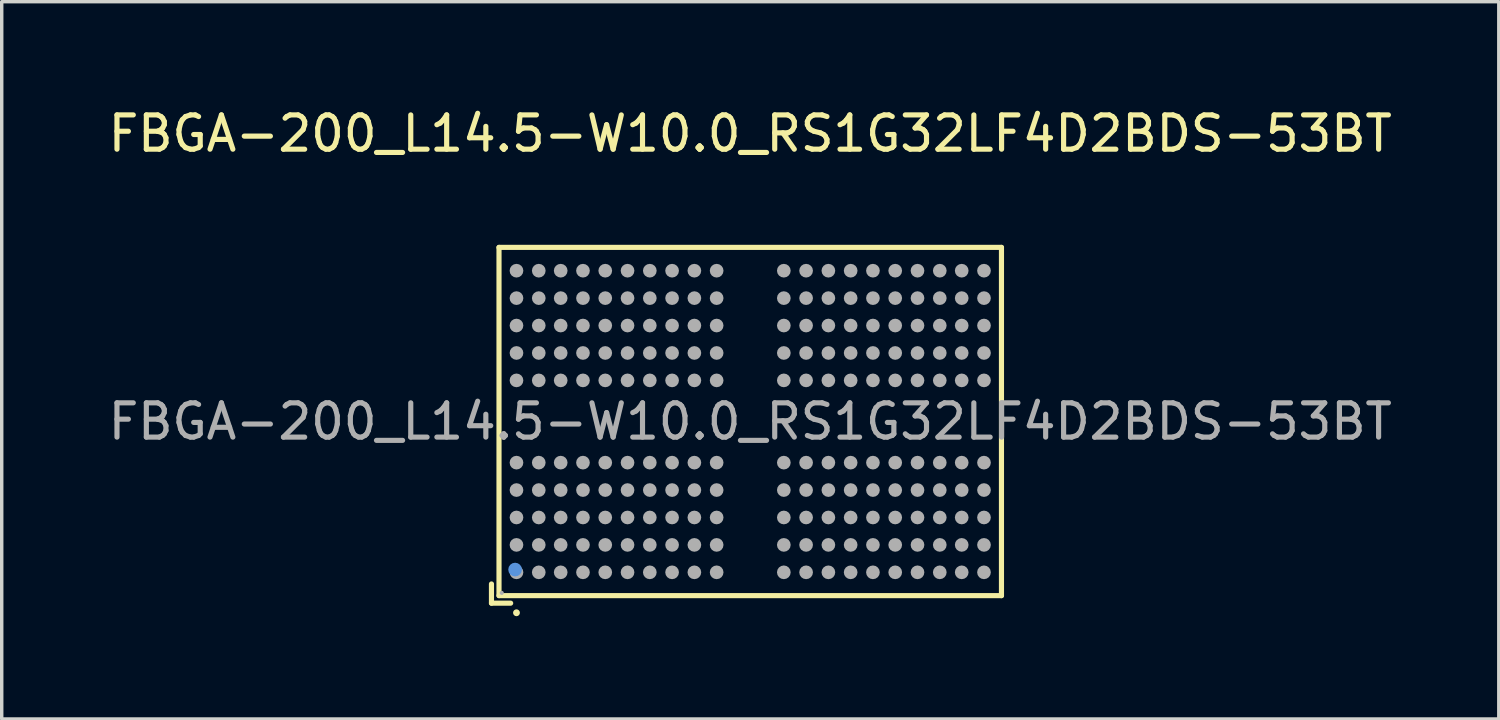
<source format=kicad_pcb>
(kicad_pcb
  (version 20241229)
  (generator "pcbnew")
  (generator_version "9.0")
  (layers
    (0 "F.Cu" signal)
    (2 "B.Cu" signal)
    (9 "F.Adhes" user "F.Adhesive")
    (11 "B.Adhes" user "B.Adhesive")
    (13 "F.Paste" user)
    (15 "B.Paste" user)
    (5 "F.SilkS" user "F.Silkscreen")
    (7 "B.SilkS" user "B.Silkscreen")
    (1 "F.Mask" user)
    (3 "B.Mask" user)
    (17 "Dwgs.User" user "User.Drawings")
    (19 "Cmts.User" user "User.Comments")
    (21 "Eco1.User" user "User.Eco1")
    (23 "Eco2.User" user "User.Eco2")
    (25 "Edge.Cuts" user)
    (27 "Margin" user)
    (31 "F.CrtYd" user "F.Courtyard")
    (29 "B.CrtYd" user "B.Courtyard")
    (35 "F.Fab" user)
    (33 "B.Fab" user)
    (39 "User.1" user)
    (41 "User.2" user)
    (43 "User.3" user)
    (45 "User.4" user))
  (footprint "FBGA-200_L14.5-W10.0_RS1G32LF4D2BDS-53BT"
    (layer "F.Cu")
    (at 18.839 9.248)
    (property "Reference" "FBGA-200_L14.5-W10.0_RS1G32LF4D2BDS-53BT" (at 0 -8.4 0) (layer "F.SilkS") (effects (font (size 1 1) (thickness 0.15))))
    (attr smd)
    (fp_line (start -7.55 4.74) (end -7.55 5.3) (stroke (width 0.15) (type solid)) (layer "F.SilkS"))
    (fp_line (start -7.55 5.3) (end -6.99 5.3) (stroke (width 0.15) (type solid)) (layer "F.SilkS"))
    (fp_line (start -7.33 -5.08) (end 7.33 -5.08) (stroke (width 0.15) (type solid)) (layer "F.SilkS"))
    (fp_line (start -7.33 5.08) (end -7.33 -5.08) (stroke (width 0.15) (type solid)) (layer "F.SilkS"))
    (fp_line (start 7.33 -5.08) (end 7.33 5.08) (stroke (width 0.15) (type solid)) (layer "F.SilkS"))
    (fp_line (start 7.33 5.08) (end -7.33 5.08) (stroke (width 0.15) (type solid)) (layer "F.SilkS"))
    (fp_circle (center -6.82 5.58) (end -6.77 5.58) (stroke (width 0.1) (type solid)) (fill no) (layer "F.SilkS"))
    (fp_circle (center -6.86 4.32) (end -6.76 4.32) (stroke (width 0.2) (type solid)) (fill no) (layer "Cmts.User"))
    (fp_circle (center -7.25 5) (end -7.22 5) (stroke (width 0.06) (type solid)) (fill no) (layer "F.Fab"))
    (fp_circle (center -6.82 -4.4) (end -6.72 -4.4) (stroke (width 0.2) (type solid)) (fill no) (layer "F.Fab"))
    (fp_circle (center -6.82 -3.6) (end -6.72 -3.6) (stroke (width 0.2) (type solid)) (fill no) (layer "F.Fab"))
    (fp_circle (center -6.82 -2.8) (end -6.72 -2.8) (stroke (width 0.2) (type solid)) (fill no) (layer "F.Fab"))
    (fp_circle (center -6.82 -2) (end -6.72 -2) (stroke (width 0.2) (type solid)) (fill no) (layer "F.Fab"))
    (fp_circle (center -6.82 -1.2) (end -6.72 -1.2) (stroke (width 0.2) (type solid)) (fill no) (layer "F.Fab"))
    (fp_circle (center -6.82 1.2) (end -6.72 1.2) (stroke (width 0.2) (type solid)) (fill no) (layer "F.Fab"))
    (fp_circle (center -6.82 2) (end -6.72 2) (stroke (width 0.2) (type solid)) (fill no) (layer "F.Fab"))
    (fp_circle (center -6.82 2.8) (end -6.72 2.8) (stroke (width 0.2) (type solid)) (fill no) (layer "F.Fab"))
    (fp_circle (center -6.82 3.6) (end -6.72 3.6) (stroke (width 0.2) (type solid)) (fill no) (layer "F.Fab"))
    (fp_circle (center -6.82 4.4) (end -6.72 4.4) (stroke (width 0.2) (type solid)) (fill no) (layer "F.Fab"))
    (fp_circle (center -6.17 -4.4) (end -6.07 -4.4) (stroke (width 0.2) (type solid)) (fill no) (layer "F.Fab"))
    (fp_circle (center -6.17 -3.6) (end -6.07 -3.6) (stroke (width 0.2) (type solid)) (fill no) (layer "F.Fab"))
    (fp_circle (center -6.17 -2.8) (end -6.07 -2.8) (stroke (width 0.2) (type solid)) (fill no) (layer "F.Fab"))
    (fp_circle (center -6.17 -2) (end -6.07 -2) (stroke (width 0.2) (type solid)) (fill no) (layer "F.Fab"))
    (fp_circle (center -6.17 -1.2) (end -6.07 -1.2) (stroke (width 0.2) (type solid)) (fill no) (layer "F.Fab"))
    (fp_circle (center -6.17 1.2) (end -6.07 1.2) (stroke (width 0.2) (type solid)) (fill no) (layer "F.Fab"))
    (fp_circle (center -6.17 2) (end -6.07 2) (stroke (width 0.2) (type solid)) (fill no) (layer "F.Fab"))
    (fp_circle (center -6.17 2.8) (end -6.07 2.8) (stroke (width 0.2) (type solid)) (fill no) (layer "F.Fab"))
    (fp_circle (center -6.17 3.6) (end -6.07 3.6) (stroke (width 0.2) (type solid)) (fill no) (layer "F.Fab"))
    (fp_circle (center -6.17 4.4) (end -6.07 4.4) (stroke (width 0.2) (type solid)) (fill no) (layer "F.Fab"))
    (fp_circle (center -5.53 -4.4) (end -5.43 -4.4) (stroke (width 0.2) (type solid)) (fill no) (layer "F.Fab"))
    (fp_circle (center -5.53 -3.6) (end -5.43 -3.6) (stroke (width 0.2) (type solid)) (fill no) (layer "F.Fab"))
    (fp_circle (center -5.53 -2.8) (end -5.43 -2.8) (stroke (width 0.2) (type solid)) (fill no) (layer "F.Fab"))
    (fp_circle (center -5.53 -2) (end -5.43 -2) (stroke (width 0.2) (type solid)) (fill no) (layer "F.Fab"))
    (fp_circle (center -5.53 -1.2) (end -5.43 -1.2) (stroke (width 0.2) (type solid)) (fill no) (layer "F.Fab"))
    (fp_circle (center -5.53 1.2) (end -5.43 1.2) (stroke (width 0.2) (type solid)) (fill no) (layer "F.Fab"))
    (fp_circle (center -5.53 2) (end -5.43 2) (stroke (width 0.2) (type solid)) (fill no) (layer "F.Fab"))
    (fp_circle (center -5.53 2.8) (end -5.43 2.8) (stroke (width 0.2) (type solid)) (fill no) (layer "F.Fab"))
    (fp_circle (center -5.53 3.6) (end -5.43 3.6) (stroke (width 0.2) (type solid)) (fill no) (layer "F.Fab"))
    (fp_circle (center -5.53 4.4) (end -5.43 4.4) (stroke (width 0.2) (type solid)) (fill no) (layer "F.Fab"))
    (fp_circle (center -4.88 -4.4) (end -4.78 -4.4) (stroke (width 0.2) (type solid)) (fill no) (layer "F.Fab"))
    (fp_circle (center -4.88 -3.6) (end -4.78 -3.6) (stroke (width 0.2) (type solid)) (fill no) (layer "F.Fab"))
    (fp_circle (center -4.88 -2.8) (end -4.78 -2.8) (stroke (width 0.2) (type solid)) (fill no) (layer "F.Fab"))
    (fp_circle (center -4.88 -2) (end -4.78 -2) (stroke (width 0.2) (type solid)) (fill no) (layer "F.Fab"))
    (fp_circle (center -4.88 -1.2) (end -4.78 -1.2) (stroke (width 0.2) (type solid)) (fill no) (layer "F.Fab"))
    (fp_circle (center -4.88 1.2) (end -4.78 1.2) (stroke (width 0.2) (type solid)) (fill no) (layer "F.Fab"))
    (fp_circle (center -4.88 2) (end -4.78 2) (stroke (width 0.2) (type solid)) (fill no) (layer "F.Fab"))
    (fp_circle (center -4.88 2.8) (end -4.78 2.8) (stroke (width 0.2) (type solid)) (fill no) (layer "F.Fab"))
    (fp_circle (center -4.88 3.6) (end -4.78 3.6) (stroke (width 0.2) (type solid)) (fill no) (layer "F.Fab"))
    (fp_circle (center -4.88 4.4) (end -4.78 4.4) (stroke (width 0.2) (type solid)) (fill no) (layer "F.Fab"))
    (fp_circle (center -4.23 -4.4) (end -4.13 -4.4) (stroke (width 0.2) (type solid)) (fill no) (layer "F.Fab"))
    (fp_circle (center -4.23 -3.6) (end -4.13 -3.6) (stroke (width 0.2) (type solid)) (fill no) (layer "F.Fab"))
    (fp_circle (center -4.23 -2.8) (end -4.13 -2.8) (stroke (width 0.2) (type solid)) (fill no) (layer "F.Fab"))
    (fp_circle (center -4.23 -2) (end -4.13 -2) (stroke (width 0.2) (type solid)) (fill no) (layer "F.Fab"))
    (fp_circle (center -4.23 -1.2) (end -4.13 -1.2) (stroke (width 0.2) (type solid)) (fill no) (layer "F.Fab"))
    (fp_circle (center -4.23 1.2) (end -4.13 1.2) (stroke (width 0.2) (type solid)) (fill no) (layer "F.Fab"))
    (fp_circle (center -4.23 2) (end -4.13 2) (stroke (width 0.2) (type solid)) (fill no) (layer "F.Fab"))
    (fp_circle (center -4.23 2.8) (end -4.13 2.8) (stroke (width 0.2) (type solid)) (fill no) (layer "F.Fab"))
    (fp_circle (center -4.23 3.6) (end -4.13 3.6) (stroke (width 0.2) (type solid)) (fill no) (layer "F.Fab"))
    (fp_circle (center -4.23 4.4) (end -4.13 4.4) (stroke (width 0.2) (type solid)) (fill no) (layer "F.Fab"))
    (fp_circle (center -3.58 -4.4) (end -3.48 -4.4) (stroke (width 0.2) (type solid)) (fill no) (layer "F.Fab"))
    (fp_circle (center -3.58 -3.6) (end -3.48 -3.6) (stroke (width 0.2) (type solid)) (fill no) (layer "F.Fab"))
    (fp_circle (center -3.58 -2.8) (end -3.48 -2.8) (stroke (width 0.2) (type solid)) (fill no) (layer "F.Fab"))
    (fp_circle (center -3.58 -2) (end -3.48 -2) (stroke (width 0.2) (type solid)) (fill no) (layer "F.Fab"))
    (fp_circle (center -3.58 -1.2) (end -3.48 -1.2) (stroke (width 0.2) (type solid)) (fill no) (layer "F.Fab"))
    (fp_circle (center -3.58 1.2) (end -3.48 1.2) (stroke (width 0.2) (type solid)) (fill no) (layer "F.Fab"))
    (fp_circle (center -3.58 2) (end -3.48 2) (stroke (width 0.2) (type solid)) (fill no) (layer "F.Fab"))
    (fp_circle (center -3.58 2.8) (end -3.48 2.8) (stroke (width 0.2) (type solid)) (fill no) (layer "F.Fab"))
    (fp_circle (center -3.58 3.6) (end -3.48 3.6) (stroke (width 0.2) (type solid)) (fill no) (layer "F.Fab"))
    (fp_circle (center -3.58 4.4) (end -3.48 4.4) (stroke (width 0.2) (type solid)) (fill no) (layer "F.Fab"))
    (fp_circle (center -2.93 -4.4) (end -2.83 -4.4) (stroke (width 0.2) (type solid)) (fill no) (layer "F.Fab"))
    (fp_circle (center -2.93 -3.6) (end -2.83 -3.6) (stroke (width 0.2) (type solid)) (fill no) (layer "F.Fab"))
    (fp_circle (center -2.93 -2.8) (end -2.83 -2.8) (stroke (width 0.2) (type solid)) (fill no) (layer "F.Fab"))
    (fp_circle (center -2.93 -2) (end -2.83 -2) (stroke (width 0.2) (type solid)) (fill no) (layer "F.Fab"))
    (fp_circle (center -2.93 -1.2) (end -2.83 -1.2) (stroke (width 0.2) (type solid)) (fill no) (layer "F.Fab"))
    (fp_circle (center -2.93 1.2) (end -2.83 1.2) (stroke (width 0.2) (type solid)) (fill no) (layer "F.Fab"))
    (fp_circle (center -2.93 2) (end -2.83 2) (stroke (width 0.2) (type solid)) (fill no) (layer "F.Fab"))
    (fp_circle (center -2.93 2.8) (end -2.83 2.8) (stroke (width 0.2) (type solid)) (fill no) (layer "F.Fab"))
    (fp_circle (center -2.93 3.6) (end -2.83 3.6) (stroke (width 0.2) (type solid)) (fill no) (layer "F.Fab"))
    (fp_circle (center -2.93 4.4) (end -2.83 4.4) (stroke (width 0.2) (type solid)) (fill no) (layer "F.Fab"))
    (fp_circle (center -2.28 -4.4) (end -2.18 -4.4) (stroke (width 0.2) (type solid)) (fill no) (layer "F.Fab"))
    (fp_circle (center -2.28 -3.6) (end -2.18 -3.6) (stroke (width 0.2) (type solid)) (fill no) (layer "F.Fab"))
    (fp_circle (center -2.28 -2.8) (end -2.18 -2.8) (stroke (width 0.2) (type solid)) (fill no) (layer "F.Fab"))
    (fp_circle (center -2.28 -2) (end -2.18 -2) (stroke (width 0.2) (type solid)) (fill no) (layer "F.Fab"))
    (fp_circle (center -2.28 -1.2) (end -2.18 -1.2) (stroke (width 0.2) (type solid)) (fill no) (layer "F.Fab"))
    (fp_circle (center -2.28 1.2) (end -2.18 1.2) (stroke (width 0.2) (type solid)) (fill no) (layer "F.Fab"))
    (fp_circle (center -2.28 2) (end -2.18 2) (stroke (width 0.2) (type solid)) (fill no) (layer "F.Fab"))
    (fp_circle (center -2.28 2.8) (end -2.18 2.8) (stroke (width 0.2) (type solid)) (fill no) (layer "F.Fab"))
    (fp_circle (center -2.28 3.6) (end -2.18 3.6) (stroke (width 0.2) (type solid)) (fill no) (layer "F.Fab"))
    (fp_circle (center -2.28 4.4) (end -2.18 4.4) (stroke (width 0.2) (type solid)) (fill no) (layer "F.Fab"))
    (fp_circle (center -1.63 -4.4) (end -1.53 -4.4) (stroke (width 0.2) (type solid)) (fill no) (layer "F.Fab"))
    (fp_circle (center -1.63 -3.6) (end -1.53 -3.6) (stroke (width 0.2) (type solid)) (fill no) (layer "F.Fab"))
    (fp_circle (center -1.63 -2.8) (end -1.53 -2.8) (stroke (width 0.2) (type solid)) (fill no) (layer "F.Fab"))
    (fp_circle (center -1.63 -2) (end -1.53 -2) (stroke (width 0.2) (type solid)) (fill no) (layer "F.Fab"))
    (fp_circle (center -1.63 -1.2) (end -1.53 -1.2) (stroke (width 0.2) (type solid)) (fill no) (layer "F.Fab"))
    (fp_circle (center -1.63 1.2) (end -1.53 1.2) (stroke (width 0.2) (type solid)) (fill no) (layer "F.Fab"))
    (fp_circle (center -1.63 2) (end -1.53 2) (stroke (width 0.2) (type solid)) (fill no) (layer "F.Fab"))
    (fp_circle (center -1.63 2.8) (end -1.53 2.8) (stroke (width 0.2) (type solid)) (fill no) (layer "F.Fab"))
    (fp_circle (center -1.63 3.6) (end -1.53 3.6) (stroke (width 0.2) (type solid)) (fill no) (layer "F.Fab"))
    (fp_circle (center -1.63 4.4) (end -1.53 4.4) (stroke (width 0.2) (type solid)) (fill no) (layer "F.Fab"))
    (fp_circle (center -0.98 -4.4) (end -0.88 -4.4) (stroke (width 0.2) (type solid)) (fill no) (layer "F.Fab"))
    (fp_circle (center -0.98 -3.6) (end -0.88 -3.6) (stroke (width 0.2) (type solid)) (fill no) (layer "F.Fab"))
    (fp_circle (center -0.98 -2.8) (end -0.88 -2.8) (stroke (width 0.2) (type solid)) (fill no) (layer "F.Fab"))
    (fp_circle (center -0.98 -2) (end -0.88 -2) (stroke (width 0.2) (type solid)) (fill no) (layer "F.Fab"))
    (fp_circle (center -0.98 -1.2) (end -0.88 -1.2) (stroke (width 0.2) (type solid)) (fill no) (layer "F.Fab"))
    (fp_circle (center -0.98 1.2) (end -0.88 1.2) (stroke (width 0.2) (type solid)) (fill no) (layer "F.Fab"))
    (fp_circle (center -0.98 2) (end -0.88 2) (stroke (width 0.2) (type solid)) (fill no) (layer "F.Fab"))
    (fp_circle (center -0.98 2.8) (end -0.88 2.8) (stroke (width 0.2) (type solid)) (fill no) (layer "F.Fab"))
    (fp_circle (center -0.98 3.6) (end -0.88 3.6) (stroke (width 0.2) (type solid)) (fill no) (layer "F.Fab"))
    (fp_circle (center -0.98 4.4) (end -0.88 4.4) (stroke (width 0.2) (type solid)) (fill no) (layer "F.Fab"))
    (fp_circle (center 0.98 -4.4) (end 1.08 -4.4) (stroke (width 0.2) (type solid)) (fill no) (layer "F.Fab"))
    (fp_circle (center 0.98 -3.6) (end 1.08 -3.6) (stroke (width 0.2) (type solid)) (fill no) (layer "F.Fab"))
    (fp_circle (center 0.98 -2.8) (end 1.08 -2.8) (stroke (width 0.2) (type solid)) (fill no) (layer "F.Fab"))
    (fp_circle (center 0.98 -2) (end 1.08 -2) (stroke (width 0.2) (type solid)) (fill no) (layer "F.Fab"))
    (fp_circle (center 0.98 -1.2) (end 1.08 -1.2) (stroke (width 0.2) (type solid)) (fill no) (layer "F.Fab"))
    (fp_circle (center 0.98 1.2) (end 1.08 1.2) (stroke (width 0.2) (type solid)) (fill no) (layer "F.Fab"))
    (fp_circle (center 0.98 2) (end 1.08 2) (stroke (width 0.2) (type solid)) (fill no) (layer "F.Fab"))
    (fp_circle (center 0.98 2.8) (end 1.08 2.8) (stroke (width 0.2) (type solid)) (fill no) (layer "F.Fab"))
    (fp_circle (center 0.98 3.6) (end 1.08 3.6) (stroke (width 0.2) (type solid)) (fill no) (layer "F.Fab"))
    (fp_circle (center 0.98 4.4) (end 1.08 4.4) (stroke (width 0.2) (type solid)) (fill no) (layer "F.Fab"))
    (fp_circle (center 1.63 -4.4) (end 1.73 -4.4) (stroke (width 0.2) (type solid)) (fill no) (layer "F.Fab"))
    (fp_circle (center 1.63 -3.6) (end 1.73 -3.6) (stroke (width 0.2) (type solid)) (fill no) (layer "F.Fab"))
    (fp_circle (center 1.63 -2.8) (end 1.73 -2.8) (stroke (width 0.2) (type solid)) (fill no) (layer "F.Fab"))
    (fp_circle (center 1.63 -2) (end 1.73 -2) (stroke (width 0.2) (type solid)) (fill no) (layer "F.Fab"))
    (fp_circle (center 1.63 -1.2) (end 1.73 -1.2) (stroke (width 0.2) (type solid)) (fill no) (layer "F.Fab"))
    (fp_circle (center 1.63 1.2) (end 1.73 1.2) (stroke (width 0.2) (type solid)) (fill no) (layer "F.Fab"))
    (fp_circle (center 1.63 2) (end 1.73 2) (stroke (width 0.2) (type solid)) (fill no) (layer "F.Fab"))
    (fp_circle (center 1.63 2.8) (end 1.73 2.8) (stroke (width 0.2) (type solid)) (fill no) (layer "F.Fab"))
    (fp_circle (center 1.63 3.6) (end 1.73 3.6) (stroke (width 0.2) (type solid)) (fill no) (layer "F.Fab"))
    (fp_circle (center 1.63 4.4) (end 1.73 4.4) (stroke (width 0.2) (type solid)) (fill no) (layer "F.Fab"))
    (fp_circle (center 2.28 -4.4) (end 2.38 -4.4) (stroke (width 0.2) (type solid)) (fill no) (layer "F.Fab"))
    (fp_circle (center 2.28 -3.6) (end 2.38 -3.6) (stroke (width 0.2) (type solid)) (fill no) (layer "F.Fab"))
    (fp_circle (center 2.28 -2.8) (end 2.38 -2.8) (stroke (width 0.2) (type solid)) (fill no) (layer "F.Fab"))
    (fp_circle (center 2.28 -2) (end 2.38 -2) (stroke (width 0.2) (type solid)) (fill no) (layer "F.Fab"))
    (fp_circle (center 2.28 -1.2) (end 2.38 -1.2) (stroke (width 0.2) (type solid)) (fill no) (layer "F.Fab"))
    (fp_circle (center 2.28 1.2) (end 2.38 1.2) (stroke (width 0.2) (type solid)) (fill no) (layer "F.Fab"))
    (fp_circle (center 2.28 2) (end 2.38 2) (stroke (width 0.2) (type solid)) (fill no) (layer "F.Fab"))
    (fp_circle (center 2.28 2.8) (end 2.38 2.8) (stroke (width 0.2) (type solid)) (fill no) (layer "F.Fab"))
    (fp_circle (center 2.28 3.6) (end 2.38 3.6) (stroke (width 0.2) (type solid)) (fill no) (layer "F.Fab"))
    (fp_circle (center 2.28 4.4) (end 2.38 4.4) (stroke (width 0.2) (type solid)) (fill no) (layer "F.Fab"))
    (fp_circle (center 2.93 -4.4) (end 3.03 -4.4) (stroke (width 0.2) (type solid)) (fill no) (layer "F.Fab"))
    (fp_circle (center 2.93 -3.6) (end 3.03 -3.6) (stroke (width 0.2) (type solid)) (fill no) (layer "F.Fab"))
    (fp_circle (center 2.93 -2.8) (end 3.03 -2.8) (stroke (width 0.2) (type solid)) (fill no) (layer "F.Fab"))
    (fp_circle (center 2.93 -2) (end 3.03 -2) (stroke (width 0.2) (type solid)) (fill no) (layer "F.Fab"))
    (fp_circle (center 2.93 -1.2) (end 3.03 -1.2) (stroke (width 0.2) (type solid)) (fill no) (layer "F.Fab"))
    (fp_circle (center 2.93 1.2) (end 3.03 1.2) (stroke (width 0.2) (type solid)) (fill no) (layer "F.Fab"))
    (fp_circle (center 2.93 2) (end 3.03 2) (stroke (width 0.2) (type solid)) (fill no) (layer "F.Fab"))
    (fp_circle (center 2.93 2.8) (end 3.03 2.8) (stroke (width 0.2) (type solid)) (fill no) (layer "F.Fab"))
    (fp_circle (center 2.93 3.6) (end 3.03 3.6) (stroke (width 0.2) (type solid)) (fill no) (layer "F.Fab"))
    (fp_circle (center 2.93 4.4) (end 3.03 4.4) (stroke (width 0.2) (type solid)) (fill no) (layer "F.Fab"))
    (fp_circle (center 3.58 -4.4) (end 3.68 -4.4) (stroke (width 0.2) (type solid)) (fill no) (layer "F.Fab"))
    (fp_circle (center 3.58 -3.6) (end 3.68 -3.6) (stroke (width 0.2) (type solid)) (fill no) (layer "F.Fab"))
    (fp_circle (center 3.58 -2.8) (end 3.68 -2.8) (stroke (width 0.2) (type solid)) (fill no) (layer "F.Fab"))
    (fp_circle (center 3.58 -2) (end 3.68 -2) (stroke (width 0.2) (type solid)) (fill no) (layer "F.Fab"))
    (fp_circle (center 3.58 -1.2) (end 3.68 -1.2) (stroke (width 0.2) (type solid)) (fill no) (layer "F.Fab"))
    (fp_circle (center 3.58 1.2) (end 3.68 1.2) (stroke (width 0.2) (type solid)) (fill no) (layer "F.Fab"))
    (fp_circle (center 3.58 2) (end 3.68 2) (stroke (width 0.2) (type solid)) (fill no) (layer "F.Fab"))
    (fp_circle (center 3.58 2.8) (end 3.68 2.8) (stroke (width 0.2) (type solid)) (fill no) (layer "F.Fab"))
    (fp_circle (center 3.58 3.6) (end 3.68 3.6) (stroke (width 0.2) (type solid)) (fill no) (layer "F.Fab"))
    (fp_circle (center 3.58 4.4) (end 3.68 4.4) (stroke (width 0.2) (type solid)) (fill no) (layer "F.Fab"))
    (fp_circle (center 4.23 -4.4) (end 4.33 -4.4) (stroke (width 0.2) (type solid)) (fill no) (layer "F.Fab"))
    (fp_circle (center 4.23 -3.6) (end 4.33 -3.6) (stroke (width 0.2) (type solid)) (fill no) (layer "F.Fab"))
    (fp_circle (center 4.23 -2.8) (end 4.33 -2.8) (stroke (width 0.2) (type solid)) (fill no) (layer "F.Fab"))
    (fp_circle (center 4.23 -2) (end 4.33 -2) (stroke (width 0.2) (type solid)) (fill no) (layer "F.Fab"))
    (fp_circle (center 4.23 -1.2) (end 4.33 -1.2) (stroke (width 0.2) (type solid)) (fill no) (layer "F.Fab"))
    (fp_circle (center 4.23 1.2) (end 4.33 1.2) (stroke (width 0.2) (type solid)) (fill no) (layer "F.Fab"))
    (fp_circle (center 4.23 2) (end 4.33 2) (stroke (width 0.2) (type solid)) (fill no) (layer "F.Fab"))
    (fp_circle (center 4.23 2.8) (end 4.33 2.8) (stroke (width 0.2) (type solid)) (fill no) (layer "F.Fab"))
    (fp_circle (center 4.23 3.6) (end 4.33 3.6) (stroke (width 0.2) (type solid)) (fill no) (layer "F.Fab"))
    (fp_circle (center 4.23 4.4) (end 4.33 4.4) (stroke (width 0.2) (type solid)) (fill no) (layer "F.Fab"))
    (fp_circle (center 4.88 -4.4) (end 4.98 -4.4) (stroke (width 0.2) (type solid)) (fill no) (layer "F.Fab"))
    (fp_circle (center 4.88 -3.6) (end 4.98 -3.6) (stroke (width 0.2) (type solid)) (fill no) (layer "F.Fab"))
    (fp_circle (center 4.88 -2.8) (end 4.98 -2.8) (stroke (width 0.2) (type solid)) (fill no) (layer "F.Fab"))
    (fp_circle (center 4.88 -2) (end 4.98 -2) (stroke (width 0.2) (type solid)) (fill no) (layer "F.Fab"))
    (fp_circle (center 4.88 -1.2) (end 4.98 -1.2) (stroke (width 0.2) (type solid)) (fill no) (layer "F.Fab"))
    (fp_circle (center 4.88 1.2) (end 4.98 1.2) (stroke (width 0.2) (type solid)) (fill no) (layer "F.Fab"))
    (fp_circle (center 4.88 2) (end 4.98 2) (stroke (width 0.2) (type solid)) (fill no) (layer "F.Fab"))
    (fp_circle (center 4.88 2.8) (end 4.98 2.8) (stroke (width 0.2) (type solid)) (fill no) (layer "F.Fab"))
    (fp_circle (center 4.88 3.6) (end 4.98 3.6) (stroke (width 0.2) (type solid)) (fill no) (layer "F.Fab"))
    (fp_circle (center 4.88 4.4) (end 4.98 4.4) (stroke (width 0.2) (type solid)) (fill no) (layer "F.Fab"))
    (fp_circle (center 5.53 -4.4) (end 5.63 -4.4) (stroke (width 0.2) (type solid)) (fill no) (layer "F.Fab"))
    (fp_circle (center 5.53 -3.6) (end 5.63 -3.6) (stroke (width 0.2) (type solid)) (fill no) (layer "F.Fab"))
    (fp_circle (center 5.53 -2.8) (end 5.63 -2.8) (stroke (width 0.2) (type solid)) (fill no) (layer "F.Fab"))
    (fp_circle (center 5.53 -2) (end 5.63 -2) (stroke (width 0.2) (type solid)) (fill no) (layer "F.Fab"))
    (fp_circle (center 5.53 -1.2) (end 5.63 -1.2) (stroke (width 0.2) (type solid)) (fill no) (layer "F.Fab"))
    (fp_circle (center 5.53 1.2) (end 5.63 1.2) (stroke (width 0.2) (type solid)) (fill no) (layer "F.Fab"))
    (fp_circle (center 5.53 2) (end 5.63 2) (stroke (width 0.2) (type solid)) (fill no) (layer "F.Fab"))
    (fp_circle (center 5.53 2.8) (end 5.63 2.8) (stroke (width 0.2) (type solid)) (fill no) (layer "F.Fab"))
    (fp_circle (center 5.53 3.6) (end 5.63 3.6) (stroke (width 0.2) (type solid)) (fill no) (layer "F.Fab"))
    (fp_circle (center 5.53 4.4) (end 5.63 4.4) (stroke (width 0.2) (type solid)) (fill no) (layer "F.Fab"))
    (fp_circle (center 6.17 -4.4) (end 6.27 -4.4) (stroke (width 0.2) (type solid)) (fill no) (layer "F.Fab"))
    (fp_circle (center 6.17 -3.6) (end 6.27 -3.6) (stroke (width 0.2) (type solid)) (fill no) (layer "F.Fab"))
    (fp_circle (center 6.17 -2.8) (end 6.27 -2.8) (stroke (width 0.2) (type solid)) (fill no) (layer "F.Fab"))
    (fp_circle (center 6.17 -2) (end 6.27 -2) (stroke (width 0.2) (type solid)) (fill no) (layer "F.Fab"))
    (fp_circle (center 6.17 -1.2) (end 6.27 -1.2) (stroke (width 0.2) (type solid)) (fill no) (layer "F.Fab"))
    (fp_circle (center 6.17 1.2) (end 6.27 1.2) (stroke (width 0.2) (type solid)) (fill no) (layer "F.Fab"))
    (fp_circle (center 6.17 2) (end 6.27 2) (stroke (width 0.2) (type solid)) (fill no) (layer "F.Fab"))
    (fp_circle (center 6.17 2.8) (end 6.27 2.8) (stroke (width 0.2) (type solid)) (fill no) (layer "F.Fab"))
    (fp_circle (center 6.17 3.6) (end 6.27 3.6) (stroke (width 0.2) (type solid)) (fill no) (layer "F.Fab"))
    (fp_circle (center 6.17 4.4) (end 6.27 4.4) (stroke (width 0.2) (type solid)) (fill no) (layer "F.Fab"))
    (fp_circle (center 6.82 -4.4) (end 6.92 -4.4) (stroke (width 0.2) (type solid)) (fill no) (layer "F.Fab"))
    (fp_circle (center 6.82 -3.6) (end 6.92 -3.6) (stroke (width 0.2) (type solid)) (fill no) (layer "F.Fab"))
    (fp_circle (center 6.82 -2.8) (end 6.92 -2.8) (stroke (width 0.2) (type solid)) (fill no) (layer "F.Fab"))
    (fp_circle (center 6.82 -2) (end 6.92 -2) (stroke (width 0.2) (type solid)) (fill no) (layer "F.Fab"))
    (fp_circle (center 6.82 -1.2) (end 6.92 -1.2) (stroke (width 0.2) (type solid)) (fill no) (layer "F.Fab"))
    (fp_circle (center 6.82 1.2) (end 6.92 1.2) (stroke (width 0.2) (type solid)) (fill no) (layer "F.Fab"))
    (fp_circle (center 6.82 2) (end 6.92 2) (stroke (width 0.2) (type solid)) (fill no) (layer "F.Fab"))
    (fp_circle (center 6.82 2.8) (end 6.92 2.8) (stroke (width 0.2) (type solid)) (fill no) (layer "F.Fab"))
    (fp_circle (center 6.82 3.6) (end 6.92 3.6) (stroke (width 0.2) (type solid)) (fill no) (layer "F.Fab"))
    (fp_circle (center 6.82 4.4) (end 6.92 4.4) (stroke (width 0.2) (type solid)) (fill no) (layer "F.Fab"))
    (fp_text user "${REFERENCE}" (at 0 0 0) (layer "F.Fab") (effects (font (size 1 1) (thickness 0.15))))
    (pad "A1" smd circle (at -6.82 4.4) (size 0.32 0.32) (layers "F.Cu" "F.Mask" "F.Paste"))
    (pad "A2" smd circle (at -6.82 3.6) (size 0.32 0.32) (layers "F.Cu" "F.Mask" "F.Paste"))
    (pad "A3" smd circle (at -6.82 2.8) (size 0.32 0.32) (layers "F.Cu" "F.Mask" "F.Paste"))
    (pad "A4" smd circle (at -6.82 2) (size 0.32 0.32) (layers "F.Cu" "F.Mask" "F.Paste"))
    (pad "A5" smd circle (at -6.82 1.2) (size 0.32 0.32) (layers "F.Cu" "F.Mask" "F.Paste"))
    (pad "A8" smd circle (at -6.82 -1.2) (size 0.32 0.32) (layers "F.Cu" "F.Mask" "F.Paste"))
    (pad "A9" smd circle (at -6.82 -2) (size 0.32 0.32) (layers "F.Cu" "F.Mask" "F.Paste"))
    (pad "A10" smd circle (at -6.82 -2.8) (size 0.32 0.32) (layers "F.Cu" "F.Mask" "F.Paste"))
    (pad "A11" smd circle (at -6.82 -3.6) (size 0.32 0.32) (layers "F.Cu" "F.Mask" "F.Paste"))
    (pad "A12" smd circle (at -6.82 -4.4) (size 0.32 0.32) (layers "F.Cu" "F.Mask" "F.Paste"))
    (pad "AA1" smd circle (at 6.17 4.4) (size 0.32 0.32) (layers "F.Cu" "F.Mask" "F.Paste"))
    (pad "AA2" smd circle (at 6.17 3.6) (size 0.32 0.32) (layers "F.Cu" "F.Mask" "F.Paste"))
    (pad "AA3" smd circle (at 6.17 2.8) (size 0.32 0.32) (layers "F.Cu" "F.Mask" "F.Paste"))
    (pad "AA4" smd circle (at 6.17 2) (size 0.32 0.32) (layers "F.Cu" "F.Mask" "F.Paste"))
    (pad "AA5" smd circle (at 6.17 1.2) (size 0.32 0.32) (layers "F.Cu" "F.Mask" "F.Paste"))
    (pad "AA8" smd circle (at 6.17 -1.2) (size 0.32 0.32) (layers "F.Cu" "F.Mask" "F.Paste"))
    (pad "AA9" smd circle (at 6.17 -2) (size 0.32 0.32) (layers "F.Cu" "F.Mask" "F.Paste"))
    (pad "AA10" smd circle (at 6.17 -2.8) (size 0.32 0.32) (layers "F.Cu" "F.Mask" "F.Paste"))
    (pad "AA11" smd circle (at 6.17 -3.6) (size 0.32 0.32) (layers "F.Cu" "F.Mask" "F.Paste"))
    (pad "AA12" smd circle (at 6.17 -4.4) (size 0.32 0.32) (layers "F.Cu" "F.Mask" "F.Paste"))
    (pad "AB1" smd circle (at 6.82 4.4) (size 0.32 0.32) (layers "F.Cu" "F.Mask" "F.Paste"))
    (pad "AB2" smd circle (at 6.82 3.6) (size 0.32 0.32) (layers "F.Cu" "F.Mask" "F.Paste"))
    (pad "AB3" smd circle (at 6.82 2.8) (size 0.32 0.32) (layers "F.Cu" "F.Mask" "F.Paste"))
    (pad "AB4" smd circle (at 6.82 2) (size 0.32 0.32) (layers "F.Cu" "F.Mask" "F.Paste"))
    (pad "AB5" smd circle (at 6.82 1.2) (size 0.32 0.32) (layers "F.Cu" "F.Mask" "F.Paste"))
    (pad "AB8" smd circle (at 6.82 -1.2) (size 0.32 0.32) (layers "F.Cu" "F.Mask" "F.Paste"))
    (pad "AB9" smd circle (at 6.82 -2) (size 0.32 0.32) (layers "F.Cu" "F.Mask" "F.Paste"))
    (pad "AB10" smd circle (at 6.82 -2.8) (size 0.32 0.32) (layers "F.Cu" "F.Mask" "F.Paste"))
    (pad "AB11" smd circle (at 6.82 -3.6) (size 0.32 0.32) (layers "F.Cu" "F.Mask" "F.Paste"))
    (pad "AB12" smd circle (at 6.82 -4.4) (size 0.32 0.32) (layers "F.Cu" "F.Mask" "F.Paste"))
    (pad "B1" smd circle (at -6.17 4.4) (size 0.32 0.32) (layers "F.Cu" "F.Mask" "F.Paste"))
    (pad "B2" smd circle (at -6.17 3.6) (size 0.32 0.32) (layers "F.Cu" "F.Mask" "F.Paste"))
    (pad "B3" smd circle (at -6.17 2.8) (size 0.32 0.32) (layers "F.Cu" "F.Mask" "F.Paste"))
    (pad "B4" smd circle (at -6.17 2) (size 0.32 0.32) (layers "F.Cu" "F.Mask" "F.Paste"))
    (pad "B5" smd circle (at -6.17 1.2) (size 0.32 0.32) (layers "F.Cu" "F.Mask" "F.Paste"))
    (pad "B8" smd circle (at -6.17 -1.2) (size 0.32 0.32) (layers "F.Cu" "F.Mask" "F.Paste"))
    (pad "B9" smd circle (at -6.17 -2) (size 0.32 0.32) (layers "F.Cu" "F.Mask" "F.Paste"))
    (pad "B10" smd circle (at -6.17 -2.8) (size 0.32 0.32) (layers "F.Cu" "F.Mask" "F.Paste"))
    (pad "B11" smd circle (at -6.17 -3.6) (size 0.32 0.32) (layers "F.Cu" "F.Mask" "F.Paste"))
    (pad "B12" smd circle (at -6.17 -4.4) (size 0.32 0.32) (layers "F.Cu" "F.Mask" "F.Paste"))
    (pad "C1" smd circle (at -5.53 4.4) (size 0.32 0.32) (layers "F.Cu" "F.Mask" "F.Paste"))
    (pad "C2" smd circle (at -5.53 3.6) (size 0.32 0.32) (layers "F.Cu" "F.Mask" "F.Paste"))
    (pad "C3" smd circle (at -5.53 2.8) (size 0.32 0.32) (layers "F.Cu" "F.Mask" "F.Paste"))
    (pad "C4" smd circle (at -5.53 2) (size 0.32 0.32) (layers "F.Cu" "F.Mask" "F.Paste"))
    (pad "C5" smd circle (at -5.53 1.2) (size 0.32 0.32) (layers "F.Cu" "F.Mask" "F.Paste"))
    (pad "C8" smd circle (at -5.53 -1.2) (size 0.32 0.32) (layers "F.Cu" "F.Mask" "F.Paste"))
    (pad "C9" smd circle (at -5.53 -2) (size 0.32 0.32) (layers "F.Cu" "F.Mask" "F.Paste"))
    (pad "C10" smd circle (at -5.53 -2.8) (size 0.32 0.32) (layers "F.Cu" "F.Mask" "F.Paste"))
    (pad "C11" smd circle (at -5.53 -3.6) (size 0.32 0.32) (layers "F.Cu" "F.Mask" "F.Paste"))
    (pad "C12" smd circle (at -5.53 -4.4) (size 0.32 0.32) (layers "F.Cu" "F.Mask" "F.Paste"))
    (pad "D1" smd circle (at -4.88 4.4) (size 0.32 0.32) (layers "F.Cu" "F.Mask" "F.Paste"))
    (pad "D2" smd circle (at -4.88 3.6) (size 0.32 0.32) (layers "F.Cu" "F.Mask" "F.Paste"))
    (pad "D3" smd circle (at -4.88 2.8) (size 0.32 0.32) (layers "F.Cu" "F.Mask" "F.Paste"))
    (pad "D4" smd circle (at -4.88 2) (size 0.32 0.32) (layers "F.Cu" "F.Mask" "F.Paste"))
    (pad "D5" smd circle (at -4.88 1.2) (size 0.32 0.32) (layers "F.Cu" "F.Mask" "F.Paste"))
    (pad "D8" smd circle (at -4.88 -1.2) (size 0.32 0.32) (layers "F.Cu" "F.Mask" "F.Paste"))
    (pad "D9" smd circle (at -4.88 -2) (size 0.32 0.32) (layers "F.Cu" "F.Mask" "F.Paste"))
    (pad "D10" smd circle (at -4.88 -2.8) (size 0.32 0.32) (layers "F.Cu" "F.Mask" "F.Paste"))
    (pad "D11" smd circle (at -4.88 -3.6) (size 0.32 0.32) (layers "F.Cu" "F.Mask" "F.Paste"))
    (pad "D12" smd circle (at -4.88 -4.4) (size 0.32 0.32) (layers "F.Cu" "F.Mask" "F.Paste"))
    (pad "E1" smd circle (at -4.23 4.4) (size 0.32 0.32) (layers "F.Cu" "F.Mask" "F.Paste"))
    (pad "E2" smd circle (at -4.23 3.6) (size 0.32 0.32) (layers "F.Cu" "F.Mask" "F.Paste"))
    (pad "E3" smd circle (at -4.23 2.8) (size 0.32 0.32) (layers "F.Cu" "F.Mask" "F.Paste"))
    (pad "E4" smd circle (at -4.23 2) (size 0.32 0.32) (layers "F.Cu" "F.Mask" "F.Paste"))
    (pad "E5" smd circle (at -4.23 1.2) (size 0.32 0.32) (layers "F.Cu" "F.Mask" "F.Paste"))
    (pad "E8" smd circle (at -4.23 -1.2) (size 0.32 0.32) (layers "F.Cu" "F.Mask" "F.Paste"))
    (pad "E9" smd circle (at -4.23 -2) (size 0.32 0.32) (layers "F.Cu" "F.Mask" "F.Paste"))
    (pad "E10" smd circle (at -4.23 -2.8) (size 0.32 0.32) (layers "F.Cu" "F.Mask" "F.Paste"))
    (pad "E11" smd circle (at -4.23 -3.6) (size 0.32 0.32) (layers "F.Cu" "F.Mask" "F.Paste"))
    (pad "E12" smd circle (at -4.23 -4.4) (size 0.32 0.32) (layers "F.Cu" "F.Mask" "F.Paste"))
    (pad "F1" smd circle (at -3.58 4.4) (size 0.32 0.32) (layers "F.Cu" "F.Mask" "F.Paste"))
    (pad "F2" smd circle (at -3.58 3.6) (size 0.32 0.32) (layers "F.Cu" "F.Mask" "F.Paste"))
    (pad "F3" smd circle (at -3.58 2.8) (size 0.32 0.32) (layers "F.Cu" "F.Mask" "F.Paste"))
    (pad "F4" smd circle (at -3.58 2) (size 0.32 0.32) (layers "F.Cu" "F.Mask" "F.Paste"))
    (pad "F5" smd circle (at -3.58 1.2) (size 0.32 0.32) (layers "F.Cu" "F.Mask" "F.Paste"))
    (pad "F8" smd circle (at -3.58 -1.2) (size 0.32 0.32) (layers "F.Cu" "F.Mask" "F.Paste"))
    (pad "F9" smd circle (at -3.58 -2) (size 0.32 0.32) (layers "F.Cu" "F.Mask" "F.Paste"))
    (pad "F10" smd circle (at -3.58 -2.8) (size 0.32 0.32) (layers "F.Cu" "F.Mask" "F.Paste"))
    (pad "F11" smd circle (at -3.58 -3.6) (size 0.32 0.32) (layers "F.Cu" "F.Mask" "F.Paste"))
    (pad "F12" smd circle (at -3.58 -4.4) (size 0.32 0.32) (layers "F.Cu" "F.Mask" "F.Paste"))
    (pad "G1" smd circle (at -2.93 4.4) (size 0.32 0.32) (layers "F.Cu" "F.Mask" "F.Paste"))
    (pad "G2" smd circle (at -2.93 3.6) (size 0.32 0.32) (layers "F.Cu" "F.Mask" "F.Paste"))
    (pad "G3" smd circle (at -2.93 2.8) (size 0.32 0.32) (layers "F.Cu" "F.Mask" "F.Paste"))
    (pad "G4" smd circle (at -2.93 2) (size 0.32 0.32) (layers "F.Cu" "F.Mask" "F.Paste"))
    (pad "G5" smd circle (at -2.93 1.2) (size 0.32 0.32) (layers "F.Cu" "F.Mask" "F.Paste"))
    (pad "G8" smd circle (at -2.93 -1.2) (size 0.32 0.32) (layers "F.Cu" "F.Mask" "F.Paste"))
    (pad "G9" smd circle (at -2.93 -2) (size 0.32 0.32) (layers "F.Cu" "F.Mask" "F.Paste"))
    (pad "G10" smd circle (at -2.93 -2.8) (size 0.32 0.32) (layers "F.Cu" "F.Mask" "F.Paste"))
    (pad "G11" smd circle (at -2.93 -3.6) (size 0.32 0.32) (layers "F.Cu" "F.Mask" "F.Paste"))
    (pad "G12" smd circle (at -2.93 -4.4) (size 0.32 0.32) (layers "F.Cu" "F.Mask" "F.Paste"))
    (pad "H1" smd circle (at -2.28 4.4) (size 0.32 0.32) (layers "F.Cu" "F.Mask" "F.Paste"))
    (pad "H2" smd circle (at -2.28 3.6) (size 0.32 0.32) (layers "F.Cu" "F.Mask" "F.Paste"))
    (pad "H3" smd circle (at -2.28 2.8) (size 0.32 0.32) (layers "F.Cu" "F.Mask" "F.Paste"))
    (pad "H4" smd circle (at -2.28 2) (size 0.32 0.32) (layers "F.Cu" "F.Mask" "F.Paste"))
    (pad "H5" smd circle (at -2.28 1.2) (size 0.32 0.32) (layers "F.Cu" "F.Mask" "F.Paste"))
    (pad "H8" smd circle (at -2.28 -1.2) (size 0.32 0.32) (layers "F.Cu" "F.Mask" "F.Paste"))
    (pad "H9" smd circle (at -2.28 -2) (size 0.32 0.32) (layers "F.Cu" "F.Mask" "F.Paste"))
    (pad "H10" smd circle (at -2.28 -2.8) (size 0.32 0.32) (layers "F.Cu" "F.Mask" "F.Paste"))
    (pad "H11" smd circle (at -2.28 -3.6) (size 0.32 0.32) (layers "F.Cu" "F.Mask" "F.Paste"))
    (pad "H12" smd circle (at -2.28 -4.4) (size 0.32 0.32) (layers "F.Cu" "F.Mask" "F.Paste"))
    (pad "J1" smd circle (at -1.63 4.4) (size 0.32 0.32) (layers "F.Cu" "F.Mask" "F.Paste"))
    (pad "J2" smd circle (at -1.63 3.6) (size 0.32 0.32) (layers "F.Cu" "F.Mask" "F.Paste"))
    (pad "J3" smd circle (at -1.63 2.8) (size 0.32 0.32) (layers "F.Cu" "F.Mask" "F.Paste"))
    (pad "J4" smd circle (at -1.63 2) (size 0.32 0.32) (layers "F.Cu" "F.Mask" "F.Paste"))
    (pad "J5" smd circle (at -1.63 1.2) (size 0.32 0.32) (layers "F.Cu" "F.Mask" "F.Paste"))
    (pad "J8" smd circle (at -1.63 -1.2) (size 0.32 0.32) (layers "F.Cu" "F.Mask" "F.Paste"))
    (pad "J9" smd circle (at -1.63 -2) (size 0.32 0.32) (layers "F.Cu" "F.Mask" "F.Paste"))
    (pad "J10" smd circle (at -1.63 -2.8) (size 0.32 0.32) (layers "F.Cu" "F.Mask" "F.Paste"))
    (pad "J11" smd circle (at -1.63 -3.6) (size 0.32 0.32) (layers "F.Cu" "F.Mask" "F.Paste"))
    (pad "J12" smd circle (at -1.63 -4.4) (size 0.32 0.32) (layers "F.Cu" "F.Mask" "F.Paste"))
    (pad "K1" smd circle (at -0.98 4.4) (size 0.32 0.32) (layers "F.Cu" "F.Mask" "F.Paste"))
    (pad "K2" smd circle (at -0.98 3.6) (size 0.32 0.32) (layers "F.Cu" "F.Mask" "F.Paste"))
    (pad "K3" smd circle (at -0.98 2.8) (size 0.32 0.32) (layers "F.Cu" "F.Mask" "F.Paste"))
    (pad "K4" smd circle (at -0.98 2) (size 0.32 0.32) (layers "F.Cu" "F.Mask" "F.Paste"))
    (pad "K5" smd circle (at -0.98 1.2) (size 0.32 0.32) (layers "F.Cu" "F.Mask" "F.Paste"))
    (pad "K8" smd circle (at -0.98 -1.2) (size 0.32 0.32) (layers "F.Cu" "F.Mask" "F.Paste"))
    (pad "K9" smd circle (at -0.98 -2) (size 0.32 0.32) (layers "F.Cu" "F.Mask" "F.Paste"))
    (pad "K10" smd circle (at -0.98 -2.8) (size 0.32 0.32) (layers "F.Cu" "F.Mask" "F.Paste"))
    (pad "K11" smd circle (at -0.98 -3.6) (size 0.32 0.32) (layers "F.Cu" "F.Mask" "F.Paste"))
    (pad "K12" smd circle (at -0.98 -4.4) (size 0.32 0.32) (layers "F.Cu" "F.Mask" "F.Paste"))
    (pad "N1" smd circle (at 0.98 4.4) (size 0.32 0.32) (layers "F.Cu" "F.Mask" "F.Paste"))
    (pad "N2" smd circle (at 0.98 3.6) (size 0.32 0.32) (layers "F.Cu" "F.Mask" "F.Paste"))
    (pad "N3" smd circle (at 0.98 2.8) (size 0.32 0.32) (layers "F.Cu" "F.Mask" "F.Paste"))
    (pad "N4" smd circle (at 0.98 2) (size 0.32 0.32) (layers "F.Cu" "F.Mask" "F.Paste"))
    (pad "N5" smd circle (at 0.98 1.2) (size 0.32 0.32) (layers "F.Cu" "F.Mask" "F.Paste"))
    (pad "N8" smd circle (at 0.98 -1.2) (size 0.32 0.32) (layers "F.Cu" "F.Mask" "F.Paste"))
    (pad "N9" smd circle (at 0.98 -2) (size 0.32 0.32) (layers "F.Cu" "F.Mask" "F.Paste"))
    (pad "N10" smd circle (at 0.98 -2.8) (size 0.32 0.32) (layers "F.Cu" "F.Mask" "F.Paste"))
    (pad "N11" smd circle (at 0.98 -3.6) (size 0.32 0.32) (layers "F.Cu" "F.Mask" "F.Paste"))
    (pad "N12" smd circle (at 0.98 -4.4) (size 0.32 0.32) (layers "F.Cu" "F.Mask" "F.Paste"))
    (pad "P1" smd circle (at 1.63 4.4) (size 0.32 0.32) (layers "F.Cu" "F.Mask" "F.Paste"))
    (pad "P2" smd circle (at 1.63 3.6) (size 0.32 0.32) (layers "F.Cu" "F.Mask" "F.Paste"))
    (pad "P3" smd circle (at 1.63 2.8) (size 0.32 0.32) (layers "F.Cu" "F.Mask" "F.Paste"))
    (pad "P4" smd circle (at 1.63 2) (size 0.32 0.32) (layers "F.Cu" "F.Mask" "F.Paste"))
    (pad "P5" smd circle (at 1.63 1.2) (size 0.32 0.32) (layers "F.Cu" "F.Mask" "F.Paste"))
    (pad "P8" smd circle (at 1.63 -1.2) (size 0.32 0.32) (layers "F.Cu" "F.Mask" "F.Paste"))
    (pad "P9" smd circle (at 1.63 -2) (size 0.32 0.32) (layers "F.Cu" "F.Mask" "F.Paste"))
    (pad "P10" smd circle (at 1.63 -2.8) (size 0.32 0.32) (layers "F.Cu" "F.Mask" "F.Paste"))
    (pad "P11" smd circle (at 1.63 -3.6) (size 0.32 0.32) (layers "F.Cu" "F.Mask" "F.Paste"))
    (pad "P12" smd circle (at 1.63 -4.4) (size 0.32 0.32) (layers "F.Cu" "F.Mask" "F.Paste"))
    (pad "R1" smd circle (at 2.28 4.4) (size 0.32 0.32) (layers "F.Cu" "F.Mask" "F.Paste"))
    (pad "R2" smd circle (at 2.28 3.6) (size 0.32 0.32) (layers "F.Cu" "F.Mask" "F.Paste"))
    (pad "R3" smd circle (at 2.28 2.8) (size 0.32 0.32) (layers "F.Cu" "F.Mask" "F.Paste"))
    (pad "R4" smd circle (at 2.28 2) (size 0.32 0.32) (layers "F.Cu" "F.Mask" "F.Paste"))
    (pad "R5" smd circle (at 2.28 1.2) (size 0.32 0.32) (layers "F.Cu" "F.Mask" "F.Paste"))
    (pad "R8" smd circle (at 2.28 -1.2) (size 0.32 0.32) (layers "F.Cu" "F.Mask" "F.Paste"))
    (pad "R9" smd circle (at 2.28 -2) (size 0.32 0.32) (layers "F.Cu" "F.Mask" "F.Paste"))
    (pad "R10" smd circle (at 2.28 -2.8) (size 0.32 0.32) (layers "F.Cu" "F.Mask" "F.Paste"))
    (pad "R11" smd circle (at 2.28 -3.6) (size 0.32 0.32) (layers "F.Cu" "F.Mask" "F.Paste"))
    (pad "R12" smd circle (at 2.28 -4.4) (size 0.32 0.32) (layers "F.Cu" "F.Mask" "F.Paste"))
    (pad "T1" smd circle (at 2.93 4.4) (size 0.32 0.32) (layers "F.Cu" "F.Mask" "F.Paste"))
    (pad "T2" smd circle (at 2.93 3.6) (size 0.32 0.32) (layers "F.Cu" "F.Mask" "F.Paste"))
    (pad "T3" smd circle (at 2.93 2.8) (size 0.32 0.32) (layers "F.Cu" "F.Mask" "F.Paste"))
    (pad "T4" smd circle (at 2.93 2) (size 0.32 0.32) (layers "F.Cu" "F.Mask" "F.Paste"))
    (pad "T5" smd circle (at 2.93 1.2) (size 0.32 0.32) (layers "F.Cu" "F.Mask" "F.Paste"))
    (pad "T8" smd circle (at 2.93 -1.2) (size 0.32 0.32) (layers "F.Cu" "F.Mask" "F.Paste"))
    (pad "T9" smd circle (at 2.93 -2) (size 0.32 0.32) (layers "F.Cu" "F.Mask" "F.Paste"))
    (pad "T10" smd circle (at 2.93 -2.8) (size 0.32 0.32) (layers "F.Cu" "F.Mask" "F.Paste"))
    (pad "T11" smd circle (at 2.93 -3.6) (size 0.32 0.32) (layers "F.Cu" "F.Mask" "F.Paste"))
    (pad "T12" smd circle (at 2.93 -4.4) (size 0.32 0.32) (layers "F.Cu" "F.Mask" "F.Paste"))
    (pad "U1" smd circle (at 3.58 4.4) (size 0.32 0.32) (layers "F.Cu" "F.Mask" "F.Paste"))
    (pad "U2" smd circle (at 3.58 3.6) (size 0.32 0.32) (layers "F.Cu" "F.Mask" "F.Paste"))
    (pad "U3" smd circle (at 3.58 2.8) (size 0.32 0.32) (layers "F.Cu" "F.Mask" "F.Paste"))
    (pad "U4" smd circle (at 3.58 2) (size 0.32 0.32) (layers "F.Cu" "F.Mask" "F.Paste"))
    (pad "U5" smd circle (at 3.58 1.2) (size 0.32 0.32) (layers "F.Cu" "F.Mask" "F.Paste"))
    (pad "U8" smd circle (at 3.58 -1.2) (size 0.32 0.32) (layers "F.Cu" "F.Mask" "F.Paste"))
    (pad "U9" smd circle (at 3.58 -2) (size 0.32 0.32) (layers "F.Cu" "F.Mask" "F.Paste"))
    (pad "U10" smd circle (at 3.58 -2.8) (size 0.32 0.32) (layers "F.Cu" "F.Mask" "F.Paste"))
    (pad "U11" smd circle (at 3.58 -3.6) (size 0.32 0.32) (layers "F.Cu" "F.Mask" "F.Paste"))
    (pad "U12" smd circle (at 3.58 -4.4) (size 0.32 0.32) (layers "F.Cu" "F.Mask" "F.Paste"))
    (pad "V1" smd circle (at 4.23 4.4) (size 0.32 0.32) (layers "F.Cu" "F.Mask" "F.Paste"))
    (pad "V2" smd circle (at 4.23 3.6) (size 0.32 0.32) (layers "F.Cu" "F.Mask" "F.Paste"))
    (pad "V3" smd circle (at 4.23 2.8) (size 0.32 0.32) (layers "F.Cu" "F.Mask" "F.Paste"))
    (pad "V4" smd circle (at 4.23 2) (size 0.32 0.32) (layers "F.Cu" "F.Mask" "F.Paste"))
    (pad "V5" smd circle (at 4.23 1.2) (size 0.32 0.32) (layers "F.Cu" "F.Mask" "F.Paste"))
    (pad "V8" smd circle (at 4.23 -1.2) (size 0.32 0.32) (layers "F.Cu" "F.Mask" "F.Paste"))
    (pad "V9" smd circle (at 4.23 -2) (size 0.32 0.32) (layers "F.Cu" "F.Mask" "F.Paste"))
    (pad "V10" smd circle (at 4.23 -2.8) (size 0.32 0.32) (layers "F.Cu" "F.Mask" "F.Paste"))
    (pad "V11" smd circle (at 4.23 -3.6) (size 0.32 0.32) (layers "F.Cu" "F.Mask" "F.Paste"))
    (pad "V12" smd circle (at 4.23 -4.4) (size 0.32 0.32) (layers "F.Cu" "F.Mask" "F.Paste"))
    (pad "W1" smd circle (at 4.88 4.4) (size 0.32 0.32) (layers "F.Cu" "F.Mask" "F.Paste"))
    (pad "W2" smd circle (at 4.88 3.6) (size 0.32 0.32) (layers "F.Cu" "F.Mask" "F.Paste"))
    (pad "W3" smd circle (at 4.88 2.8) (size 0.32 0.32) (layers "F.Cu" "F.Mask" "F.Paste"))
    (pad "W4" smd circle (at 4.88 2) (size 0.32 0.32) (layers "F.Cu" "F.Mask" "F.Paste"))
    (pad "W5" smd circle (at 4.88 1.2) (size 0.32 0.32) (layers "F.Cu" "F.Mask" "F.Paste"))
    (pad "W8" smd circle (at 4.88 -1.2) (size 0.32 0.32) (layers "F.Cu" "F.Mask" "F.Paste"))
    (pad "W9" smd circle (at 4.88 -2) (size 0.32 0.32) (layers "F.Cu" "F.Mask" "F.Paste"))
    (pad "W10" smd circle (at 4.88 -2.8) (size 0.32 0.32) (layers "F.Cu" "F.Mask" "F.Paste"))
    (pad "W11" smd circle (at 4.88 -3.6) (size 0.32 0.32) (layers "F.Cu" "F.Mask" "F.Paste"))
    (pad "W12" smd circle (at 4.88 -4.4) (size 0.32 0.32) (layers "F.Cu" "F.Mask" "F.Paste"))
    (pad "Y1" smd circle (at 5.53 4.4) (size 0.32 0.32) (layers "F.Cu" "F.Mask" "F.Paste"))
    (pad "Y2" smd circle (at 5.53 3.6) (size 0.32 0.32) (layers "F.Cu" "F.Mask" "F.Paste"))
    (pad "Y3" smd circle (at 5.53 2.8) (size 0.32 0.32) (layers "F.Cu" "F.Mask" "F.Paste"))
    (pad "Y4" smd circle (at 5.53 2) (size 0.32 0.32) (layers "F.Cu" "F.Mask" "F.Paste"))
    (pad "Y5" smd circle (at 5.53 1.2) (size 0.32 0.32) (layers "F.Cu" "F.Mask" "F.Paste"))
    (pad "Y8" smd circle (at 5.53 -1.2) (size 0.32 0.32) (layers "F.Cu" "F.Mask" "F.Paste"))
    (pad "Y9" smd circle (at 5.53 -2) (size 0.32 0.32) (layers "F.Cu" "F.Mask" "F.Paste"))
    (pad "Y10" smd circle (at 5.53 -2.8) (size 0.32 0.32) (layers "F.Cu" "F.Mask" "F.Paste"))
    (pad "Y11" smd circle (at 5.53 -3.6) (size 0.32 0.32) (layers "F.Cu" "F.Mask" "F.Paste"))
    (pad "Y12" smd circle (at 5.53 -4.4) (size 0.32 0.32) (layers "F.Cu" "F.Mask" "F.Paste")))
  (gr_rect
    (start -3 -3)
    (end 40.679 17.928)
    (stroke (width 0.1) (type default))
    (fill no)
    (layer "Edge.Cuts")))
</source>
